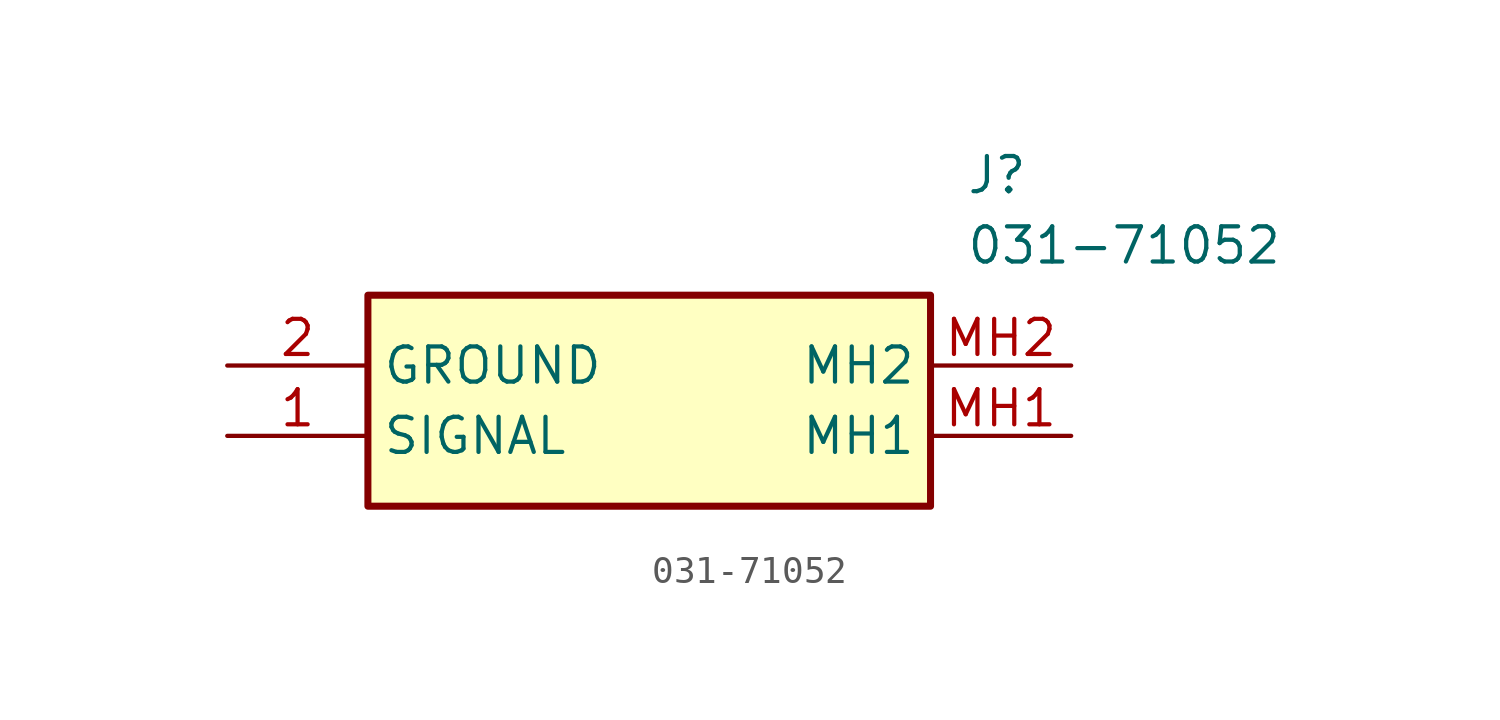
<source format=kicad_sym>
(kicad_symbol_lib
  (version 20211014)
  (generator SamacSys_ECAD_Model)
  (symbol "031-71052"
    (property "Reference" "J"
      (at 26.67 7.62 0)
      (effects (font (size 1.27 1.27)) (justify left top)))
    (property "Value" "031-71052"
      (at 26.67 5.08 0)
      (effects (font (size 1.27 1.27)) (justify left top)))
    (rectangle
      (start 5.08 2.54)
      (end 25.4 -5.08)
      (stroke (width 0.254) (type default))
      (fill (type background)))
    (pin passive line
      (at 0 -2.54 0)
      (length 5.08)
      (name "SIGNAL" (effects (font (size 1.27 1.27))))
      (number "1" (effects (font (size 1.27 1.27)))))
    (pin passive line
      (at 0 0 0)
      (length 5.08)
      (name "GROUND" (effects (font (size 1.27 1.27))))
      (number "2" (effects (font (size 1.27 1.27)))))
    (pin passive line
      (at 30.48 -2.54 180)
      (length 5.08)
      (name "MH1" (effects (font (size 1.27 1.27))))
      (number "MH1" (effects (font (size 1.27 1.27)))))
    (pin passive line
      (at 30.48 0 180)
      (length 5.08)
      (name "MH2" (effects (font (size 1.27 1.27))))
      (number "MH2" (effects (font (size 1.27 1.27)))))))
</source>
